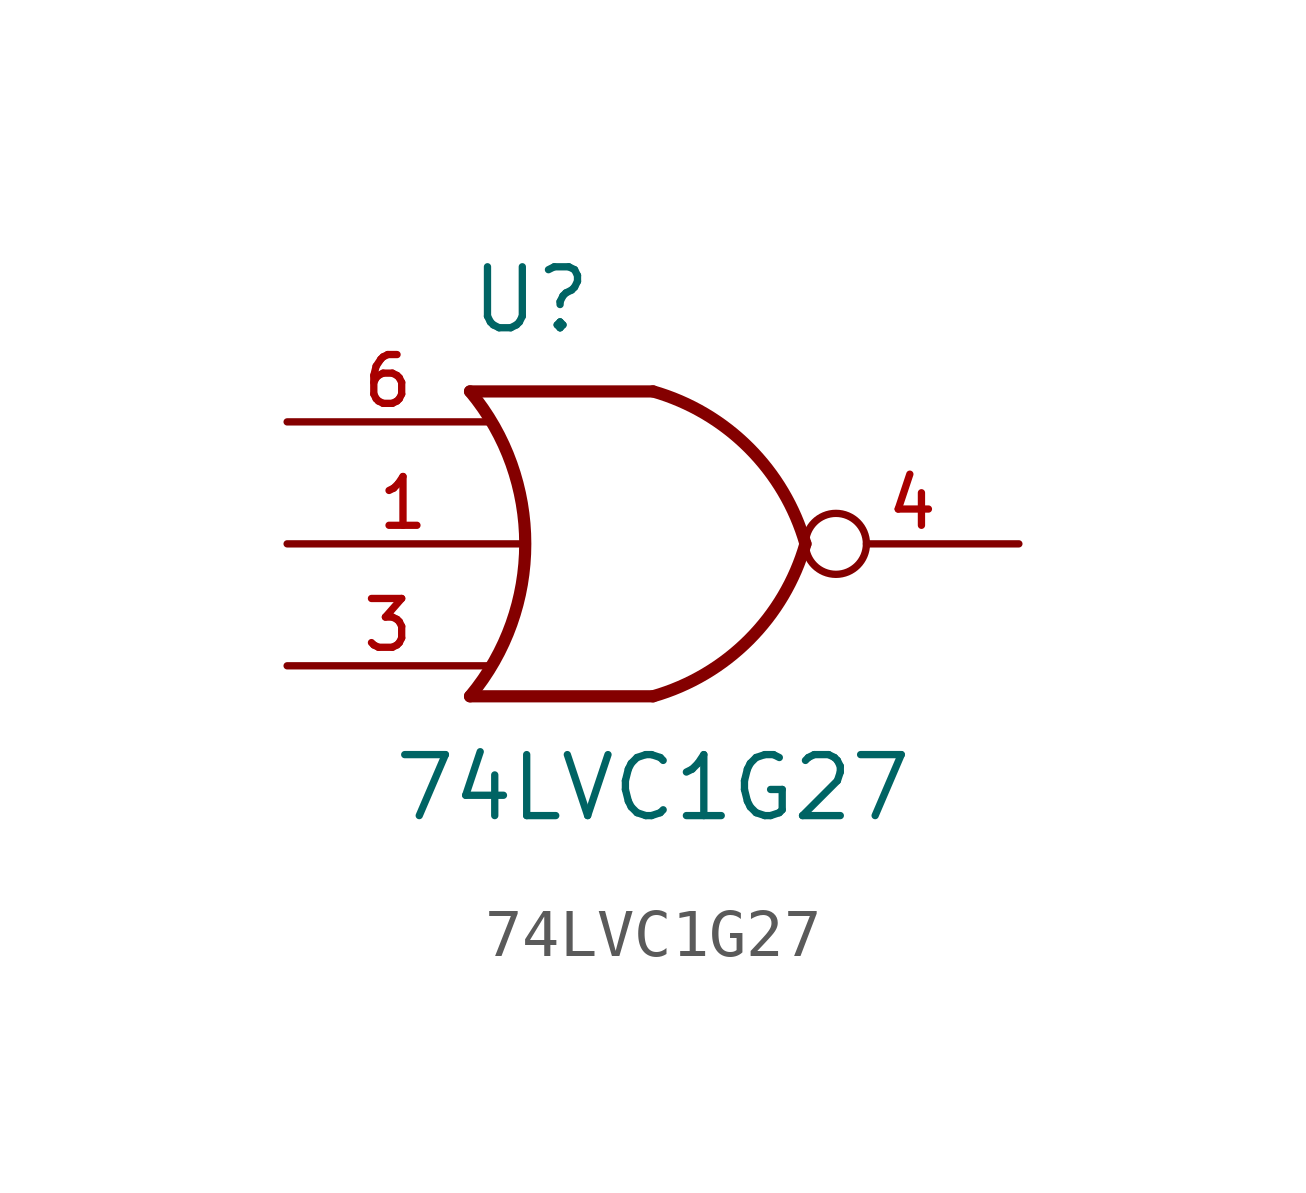
<source format=kicad_sym>
(kicad_symbol_lib
  (version 20211014)
  (generator kicad_symbol_editor)
  (symbol "74LVC1G27"
    (pin_names
      (offset 1.016))
    (property "Reference" "U"
      (at -2.54 5.08 0)
      (effects (font (size 1.27 1.27))))
    (property "Value" "74LVC1G27"
      (at 0 -5.08 0)
      (effects (font (size 1.27 1.27))))
    (symbol "74LVC1G27_0_1"
      (arc (start -3.81 -3.175) (mid -2.6605 0) (end -3.81 3.175) (stroke (width 0.254) (type default) (color 0 0 0 0)) (fill (type none)))
      (arc (start 0 -3.175) (mid 1.9989 -1.9989) (end 3.175 0) (stroke (width 0.254) (type default) (color 0 0 0 0)) (fill (type none)))
      (polyline (pts (xy 0 -3.175) (xy -3.81 -3.175)) (stroke (width 0.254) (type default) (color 0 0 0 0)) (fill (type none)))
      (polyline (pts (xy 0 3.175) (xy -3.81 3.175)) (stroke (width 0.254) (type default) (color 0 0 0 0)) (fill (type none)))
      (arc (start 3.175 0) (mid 1.9989 1.9989) (end 0 3.175) (stroke (width 0.254) (type default) (color 0 0 0 0)) (fill (type none))))
    (symbol "74LVC1G27_1_1"
      (pin input line (at -7.62 0 0) (length 4.826) (name "~" (effects (font (size 1.016 1.016)))) (number "1" (effects (font (size 1.016 1.016)))))
      (pin bidirectional line (at 0 -2.54 270) (length 0) hide (name "GND" (effects (font (size 1.016 1.016)))) (number "2" (effects (font (size 1.016 1.016)))))
      (pin input line (at -7.62 -2.54 0) (length 4.191) (name "~" (effects (font (size 1.016 1.016)))) (number "3" (effects (font (size 1.016 1.016)))))
      (pin output inverted (at 7.62 0 180) (length 4.445) (name "~" (effects (font (size 1.016 1.016)))) (number "4" (effects (font (size 1.016 1.016)))))
      (pin power_in line (at 0 3.175 90) (length 0) hide (name "VCC" (effects (font (size 1.016 1.016)))) (number "5" (effects (font (size 1.016 1.016)))))
      (pin input line (at -7.62 2.54 0) (length 4.191) (name "~" (effects (font (size 1.016 1.016)))) (number "6" (effects (font (size 1.016 1.016))))))))
</source>
